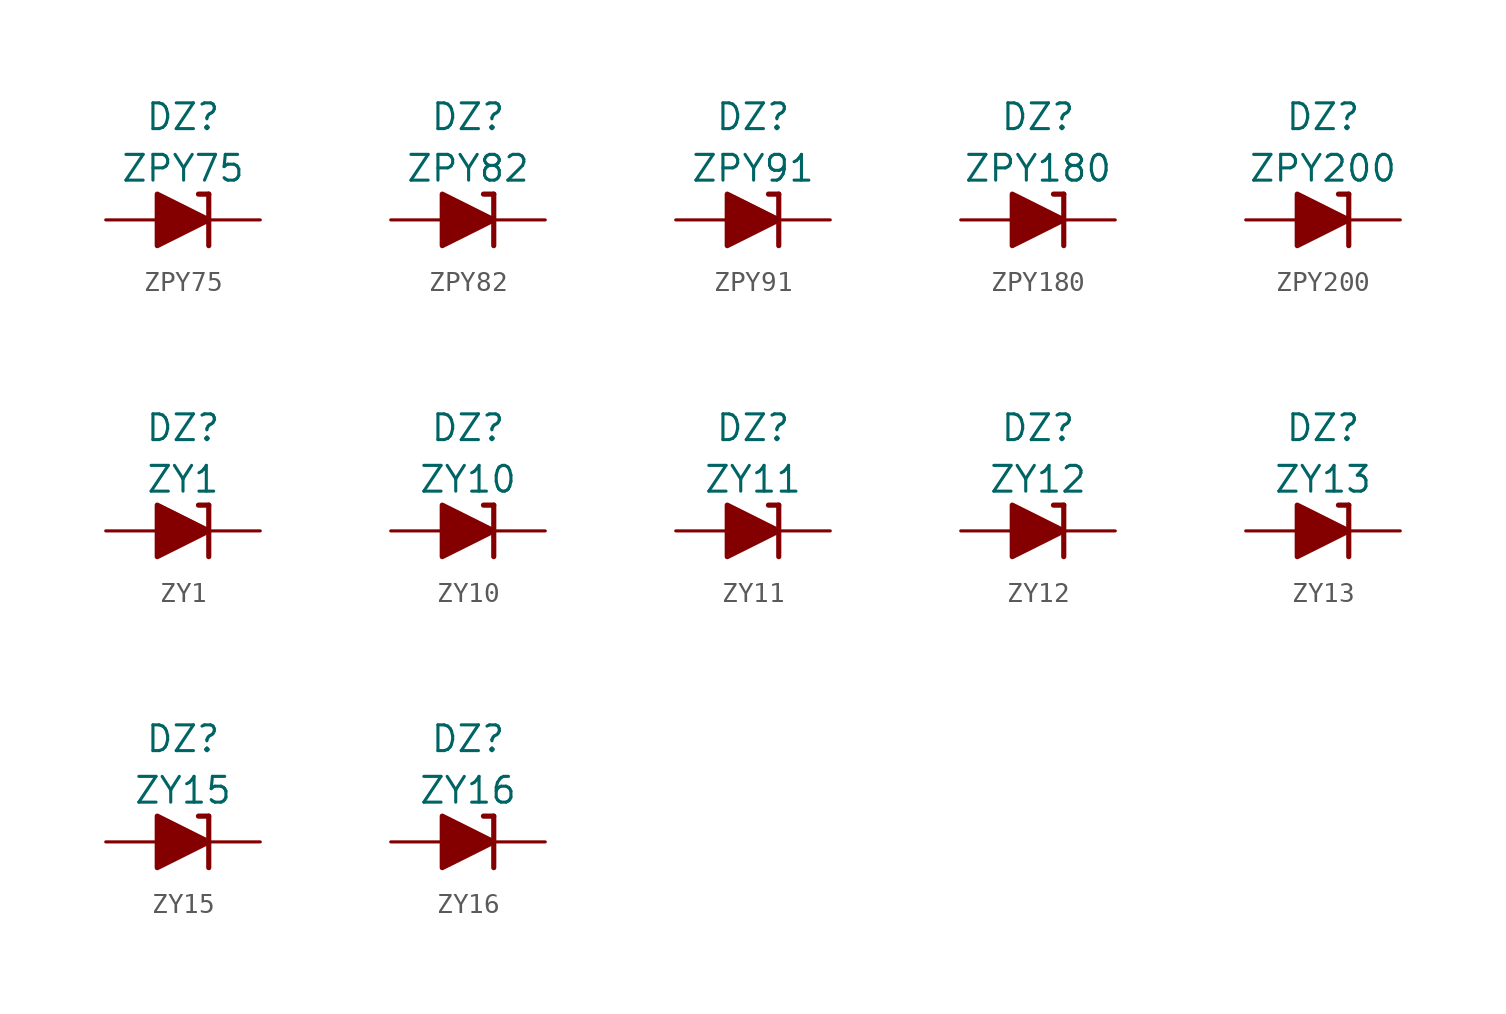
<source format=kicad_sym>
(kicad_symbol_lib
  (version 20211014)
  (generator kicad_symbol_editor)
  (symbol "ZPY75"
    (pin_numbers hide)
    (pin_names
      (offset 1.016) hide)
    (property "Reference" "DZ"
      (at 0 5.08 0)
      (effects (font (size 1.27 1.27))))
    (property "Value" "ZPY75"
      (at 0 2.54 0)
      (effects (font (size 1.27 1.27))))
    (symbol "ZPY75_0_1"
      (polyline (pts (xy -1.27 0) (xy 1.27 0)) (stroke (width 0) (type default) (color 0 0 0 0)) (fill (type none)))
      (polyline (pts (xy 1.27 1.27) (xy 0.762 1.27)) (stroke (width 0.254) (type default) (color 0 0 0 0)) (fill (type none)))
      (polyline (pts (xy 1.27 1.27) (xy 1.27 -1.27)) (stroke (width 0.254) (type default) (color 0 0 0 0)) (fill (type none)))
      (polyline (pts (xy -1.27 -1.27) (xy -1.27 1.27) (xy 1.27 0) (xy -1.27 -1.27)) (stroke (width 0.254) (type default) (color 0 0 0 0)) (fill (type outline))))
    (symbol "ZPY75_1_1"
      (pin passive line (at 3.81 0 180) (length 2.54) (name "K" (effects (font (size 1.27 1.27)))) (number "1" (effects (font (size 1.27 1.27)))))
      (pin passive line (at -3.81 0 0) (length 2.54) (name "A" (effects (font (size 1.27 1.27)))) (number "2" (effects (font (size 1.27 1.27)))))))
  (symbol "ZPY82"
    (pin_numbers hide)
    (pin_names
      (offset 1.016) hide)
    (property "Reference" "DZ"
      (at 0 5.08 0)
      (effects (font (size 1.27 1.27))))
    (property "Value" "ZPY82"
      (at 0 2.54 0)
      (effects (font (size 1.27 1.27))))
    (symbol "ZPY82_0_1"
      (polyline (pts (xy -1.27 0) (xy 1.27 0)) (stroke (width 0) (type default) (color 0 0 0 0)) (fill (type none)))
      (polyline (pts (xy 1.27 1.27) (xy 0.762 1.27)) (stroke (width 0.254) (type default) (color 0 0 0 0)) (fill (type none)))
      (polyline (pts (xy 1.27 1.27) (xy 1.27 -1.27)) (stroke (width 0.254) (type default) (color 0 0 0 0)) (fill (type none)))
      (polyline (pts (xy -1.27 -1.27) (xy -1.27 1.27) (xy 1.27 0) (xy -1.27 -1.27)) (stroke (width 0.254) (type default) (color 0 0 0 0)) (fill (type outline))))
    (symbol "ZPY82_1_1"
      (pin passive line (at 3.81 0 180) (length 2.54) (name "K" (effects (font (size 1.27 1.27)))) (number "1" (effects (font (size 1.27 1.27)))))
      (pin passive line (at -3.81 0 0) (length 2.54) (name "A" (effects (font (size 1.27 1.27)))) (number "2" (effects (font (size 1.27 1.27)))))))
  (symbol "ZPY91"
    (pin_numbers hide)
    (pin_names
      (offset 1.016) hide)
    (property "Reference" "DZ"
      (at 0 5.08 0)
      (effects (font (size 1.27 1.27))))
    (property "Value" "ZPY91"
      (at 0 2.54 0)
      (effects (font (size 1.27 1.27))))
    (symbol "ZPY91_0_1"
      (polyline (pts (xy -1.27 0) (xy 1.27 0)) (stroke (width 0) (type default) (color 0 0 0 0)) (fill (type none)))
      (polyline (pts (xy 1.27 1.27) (xy 0.762 1.27)) (stroke (width 0.254) (type default) (color 0 0 0 0)) (fill (type none)))
      (polyline (pts (xy 1.27 1.27) (xy 1.27 -1.27)) (stroke (width 0.254) (type default) (color 0 0 0 0)) (fill (type none)))
      (polyline (pts (xy -1.27 -1.27) (xy -1.27 1.27) (xy 1.27 0) (xy -1.27 -1.27)) (stroke (width 0.254) (type default) (color 0 0 0 0)) (fill (type outline))))
    (symbol "ZPY91_1_1"
      (pin passive line (at 3.81 0 180) (length 2.54) (name "K" (effects (font (size 1.27 1.27)))) (number "1" (effects (font (size 1.27 1.27)))))
      (pin passive line (at -3.81 0 0) (length 2.54) (name "A" (effects (font (size 1.27 1.27)))) (number "2" (effects (font (size 1.27 1.27)))))))
  (symbol "ZPY180"
    (pin_numbers hide)
    (pin_names
      (offset 1.016) hide)
    (property "Reference" "DZ"
      (at 0 5.08 0)
      (effects (font (size 1.27 1.27))))
    (property "Value" "ZPY180"
      (at 0 2.54 0)
      (effects (font (size 1.27 1.27))))
    (symbol "ZPY180_0_1"
      (polyline (pts (xy -1.27 0) (xy 1.27 0)) (stroke (width 0) (type default) (color 0 0 0 0)) (fill (type none)))
      (polyline (pts (xy 1.27 1.27) (xy 0.762 1.27)) (stroke (width 0.254) (type default) (color 0 0 0 0)) (fill (type none)))
      (polyline (pts (xy 1.27 1.27) (xy 1.27 -1.27)) (stroke (width 0.254) (type default) (color 0 0 0 0)) (fill (type none)))
      (polyline (pts (xy -1.27 -1.27) (xy -1.27 1.27) (xy 1.27 0) (xy -1.27 -1.27)) (stroke (width 0.254) (type default) (color 0 0 0 0)) (fill (type outline))))
    (symbol "ZPY180_1_1"
      (pin passive line (at 3.81 0 180) (length 2.54) (name "K" (effects (font (size 1.27 1.27)))) (number "1" (effects (font (size 1.27 1.27)))))
      (pin passive line (at -3.81 0 0) (length 2.54) (name "A" (effects (font (size 1.27 1.27)))) (number "2" (effects (font (size 1.27 1.27)))))))
  (symbol "ZPY200"
    (pin_numbers hide)
    (pin_names
      (offset 1.016) hide)
    (property "Reference" "DZ"
      (at 0 5.08 0)
      (effects (font (size 1.27 1.27))))
    (property "Value" "ZPY200"
      (at 0 2.54 0)
      (effects (font (size 1.27 1.27))))
    (symbol "ZPY200_0_1"
      (polyline (pts (xy -1.27 0) (xy 1.27 0)) (stroke (width 0) (type default) (color 0 0 0 0)) (fill (type none)))
      (polyline (pts (xy 1.27 1.27) (xy 0.762 1.27)) (stroke (width 0.254) (type default) (color 0 0 0 0)) (fill (type none)))
      (polyline (pts (xy 1.27 1.27) (xy 1.27 -1.27)) (stroke (width 0.254) (type default) (color 0 0 0 0)) (fill (type none)))
      (polyline (pts (xy -1.27 -1.27) (xy -1.27 1.27) (xy 1.27 0) (xy -1.27 -1.27)) (stroke (width 0.254) (type default) (color 0 0 0 0)) (fill (type outline))))
    (symbol "ZPY200_1_1"
      (pin passive line (at 3.81 0 180) (length 2.54) (name "K" (effects (font (size 1.27 1.27)))) (number "1" (effects (font (size 1.27 1.27)))))
      (pin passive line (at -3.81 0 0) (length 2.54) (name "A" (effects (font (size 1.27 1.27)))) (number "2" (effects (font (size 1.27 1.27)))))))
  (symbol "ZY1"
    (pin_numbers hide)
    (pin_names
      (offset 1.016) hide)
    (property "Reference" "DZ"
      (at 0 5.08 0)
      (effects (font (size 1.27 1.27))))
    (property "Value" "ZY1"
      (at 0 2.54 0)
      (effects (font (size 1.27 1.27))))
    (symbol "ZY1_0_1"
      (polyline (pts (xy -1.27 0) (xy 1.27 0)) (stroke (width 0) (type default) (color 0 0 0 0)) (fill (type none)))
      (polyline (pts (xy 1.27 1.27) (xy 0.762 1.27)) (stroke (width 0.254) (type default) (color 0 0 0 0)) (fill (type none)))
      (polyline (pts (xy 1.27 1.27) (xy 1.27 -1.27)) (stroke (width 0.254) (type default) (color 0 0 0 0)) (fill (type none)))
      (polyline (pts (xy -1.27 -1.27) (xy -1.27 1.27) (xy 1.27 0) (xy -1.27 -1.27)) (stroke (width 0.254) (type default) (color 0 0 0 0)) (fill (type outline))))
    (symbol "ZY1_1_1"
      (pin passive line (at 3.81 0 180) (length 2.54) (name "K" (effects (font (size 1.27 1.27)))) (number "1" (effects (font (size 1.27 1.27)))))
      (pin passive line (at -3.81 0 0) (length 2.54) (name "A" (effects (font (size 1.27 1.27)))) (number "2" (effects (font (size 1.27 1.27)))))))
  (symbol "ZY10"
    (pin_numbers hide)
    (pin_names
      (offset 1.016) hide)
    (property "Reference" "DZ"
      (at 0 5.08 0)
      (effects (font (size 1.27 1.27))))
    (property "Value" "ZY10"
      (at 0 2.54 0)
      (effects (font (size 1.27 1.27))))
    (symbol "ZY10_0_1"
      (polyline (pts (xy -1.27 0) (xy 1.27 0)) (stroke (width 0) (type default) (color 0 0 0 0)) (fill (type none)))
      (polyline (pts (xy 1.27 1.27) (xy 0.762 1.27)) (stroke (width 0.254) (type default) (color 0 0 0 0)) (fill (type none)))
      (polyline (pts (xy 1.27 1.27) (xy 1.27 -1.27)) (stroke (width 0.254) (type default) (color 0 0 0 0)) (fill (type none)))
      (polyline (pts (xy -1.27 -1.27) (xy -1.27 1.27) (xy 1.27 0) (xy -1.27 -1.27)) (stroke (width 0.254) (type default) (color 0 0 0 0)) (fill (type outline))))
    (symbol "ZY10_1_1"
      (pin passive line (at 3.81 0 180) (length 2.54) (name "K" (effects (font (size 1.27 1.27)))) (number "1" (effects (font (size 1.27 1.27)))))
      (pin passive line (at -3.81 0 0) (length 2.54) (name "A" (effects (font (size 1.27 1.27)))) (number "2" (effects (font (size 1.27 1.27)))))))
  (symbol "ZY11"
    (pin_numbers hide)
    (pin_names
      (offset 1.016) hide)
    (property "Reference" "DZ"
      (at 0 5.08 0)
      (effects (font (size 1.27 1.27))))
    (property "Value" "ZY11"
      (at 0 2.54 0)
      (effects (font (size 1.27 1.27))))
    (symbol "ZY11_0_1"
      (polyline (pts (xy -1.27 0) (xy 1.27 0)) (stroke (width 0) (type default) (color 0 0 0 0)) (fill (type none)))
      (polyline (pts (xy 1.27 1.27) (xy 0.762 1.27)) (stroke (width 0.254) (type default) (color 0 0 0 0)) (fill (type none)))
      (polyline (pts (xy 1.27 1.27) (xy 1.27 -1.27)) (stroke (width 0.254) (type default) (color 0 0 0 0)) (fill (type none)))
      (polyline (pts (xy -1.27 -1.27) (xy -1.27 1.27) (xy 1.27 0) (xy -1.27 -1.27)) (stroke (width 0.254) (type default) (color 0 0 0 0)) (fill (type outline))))
    (symbol "ZY11_1_1"
      (pin passive line (at 3.81 0 180) (length 2.54) (name "K" (effects (font (size 1.27 1.27)))) (number "1" (effects (font (size 1.27 1.27)))))
      (pin passive line (at -3.81 0 0) (length 2.54) (name "A" (effects (font (size 1.27 1.27)))) (number "2" (effects (font (size 1.27 1.27)))))))
  (symbol "ZY12"
    (pin_numbers hide)
    (pin_names
      (offset 1.016) hide)
    (property "Reference" "DZ"
      (at 0 5.08 0)
      (effects (font (size 1.27 1.27))))
    (property "Value" "ZY12"
      (at 0 2.54 0)
      (effects (font (size 1.27 1.27))))
    (symbol "ZY12_0_1"
      (polyline (pts (xy -1.27 0) (xy 1.27 0)) (stroke (width 0) (type default) (color 0 0 0 0)) (fill (type none)))
      (polyline (pts (xy 1.27 1.27) (xy 0.762 1.27)) (stroke (width 0.254) (type default) (color 0 0 0 0)) (fill (type none)))
      (polyline (pts (xy 1.27 1.27) (xy 1.27 -1.27)) (stroke (width 0.254) (type default) (color 0 0 0 0)) (fill (type none)))
      (polyline (pts (xy -1.27 -1.27) (xy -1.27 1.27) (xy 1.27 0) (xy -1.27 -1.27)) (stroke (width 0.254) (type default) (color 0 0 0 0)) (fill (type outline))))
    (symbol "ZY12_1_1"
      (pin passive line (at 3.81 0 180) (length 2.54) (name "K" (effects (font (size 1.27 1.27)))) (number "1" (effects (font (size 1.27 1.27)))))
      (pin passive line (at -3.81 0 0) (length 2.54) (name "A" (effects (font (size 1.27 1.27)))) (number "2" (effects (font (size 1.27 1.27)))))))
  (symbol "ZY13"
    (pin_numbers hide)
    (pin_names
      (offset 1.016) hide)
    (property "Reference" "DZ"
      (at 0 5.08 0)
      (effects (font (size 1.27 1.27))))
    (property "Value" "ZY13"
      (at 0 2.54 0)
      (effects (font (size 1.27 1.27))))
    (symbol "ZY13_0_1"
      (polyline (pts (xy -1.27 0) (xy 1.27 0)) (stroke (width 0) (type default) (color 0 0 0 0)) (fill (type none)))
      (polyline (pts (xy 1.27 1.27) (xy 0.762 1.27)) (stroke (width 0.254) (type default) (color 0 0 0 0)) (fill (type none)))
      (polyline (pts (xy 1.27 1.27) (xy 1.27 -1.27)) (stroke (width 0.254) (type default) (color 0 0 0 0)) (fill (type none)))
      (polyline (pts (xy -1.27 -1.27) (xy -1.27 1.27) (xy 1.27 0) (xy -1.27 -1.27)) (stroke (width 0.254) (type default) (color 0 0 0 0)) (fill (type outline))))
    (symbol "ZY13_1_1"
      (pin passive line (at 3.81 0 180) (length 2.54) (name "K" (effects (font (size 1.27 1.27)))) (number "1" (effects (font (size 1.27 1.27)))))
      (pin passive line (at -3.81 0 0) (length 2.54) (name "A" (effects (font (size 1.27 1.27)))) (number "2" (effects (font (size 1.27 1.27)))))))
  (symbol "ZY15"
    (pin_numbers hide)
    (pin_names
      (offset 1.016) hide)
    (property "Reference" "DZ"
      (at 0 5.08 0)
      (effects (font (size 1.27 1.27))))
    (property "Value" "ZY15"
      (at 0 2.54 0)
      (effects (font (size 1.27 1.27))))
    (symbol "ZY15_0_1"
      (polyline (pts (xy -1.27 0) (xy 1.27 0)) (stroke (width 0) (type default) (color 0 0 0 0)) (fill (type none)))
      (polyline (pts (xy 1.27 1.27) (xy 0.762 1.27)) (stroke (width 0.254) (type default) (color 0 0 0 0)) (fill (type none)))
      (polyline (pts (xy 1.27 1.27) (xy 1.27 -1.27)) (stroke (width 0.254) (type default) (color 0 0 0 0)) (fill (type none)))
      (polyline (pts (xy -1.27 -1.27) (xy -1.27 1.27) (xy 1.27 0) (xy -1.27 -1.27)) (stroke (width 0.254) (type default) (color 0 0 0 0)) (fill (type outline))))
    (symbol "ZY15_1_1"
      (pin passive line (at 3.81 0 180) (length 2.54) (name "K" (effects (font (size 1.27 1.27)))) (number "1" (effects (font (size 1.27 1.27)))))
      (pin passive line (at -3.81 0 0) (length 2.54) (name "A" (effects (font (size 1.27 1.27)))) (number "2" (effects (font (size 1.27 1.27)))))))
  (symbol "ZY16"
    (pin_numbers hide)
    (pin_names
      (offset 1.016) hide)
    (property "Reference" "DZ"
      (at 0 5.08 0)
      (effects (font (size 1.27 1.27))))
    (property "Value" "ZY16"
      (at 0 2.54 0)
      (effects (font (size 1.27 1.27))))
    (symbol "ZY16_0_1"
      (polyline (pts (xy -1.27 0) (xy 1.27 0)) (stroke (width 0) (type default) (color 0 0 0 0)) (fill (type none)))
      (polyline (pts (xy 1.27 1.27) (xy 0.762 1.27)) (stroke (width 0.254) (type default) (color 0 0 0 0)) (fill (type none)))
      (polyline (pts (xy 1.27 1.27) (xy 1.27 -1.27)) (stroke (width 0.254) (type default) (color 0 0 0 0)) (fill (type none)))
      (polyline (pts (xy -1.27 -1.27) (xy -1.27 1.27) (xy 1.27 0) (xy -1.27 -1.27)) (stroke (width 0.254) (type default) (color 0 0 0 0)) (fill (type outline))))
    (symbol "ZY16_1_1"
      (pin passive line (at 3.81 0 180) (length 2.54) (name "K" (effects (font (size 1.27 1.27)))) (number "1" (effects (font (size 1.27 1.27)))))
      (pin passive line (at -3.81 0 0) (length 2.54) (name "A" (effects (font (size 1.27 1.27)))) (number "2" (effects (font (size 1.27 1.27))))))))
</source>
